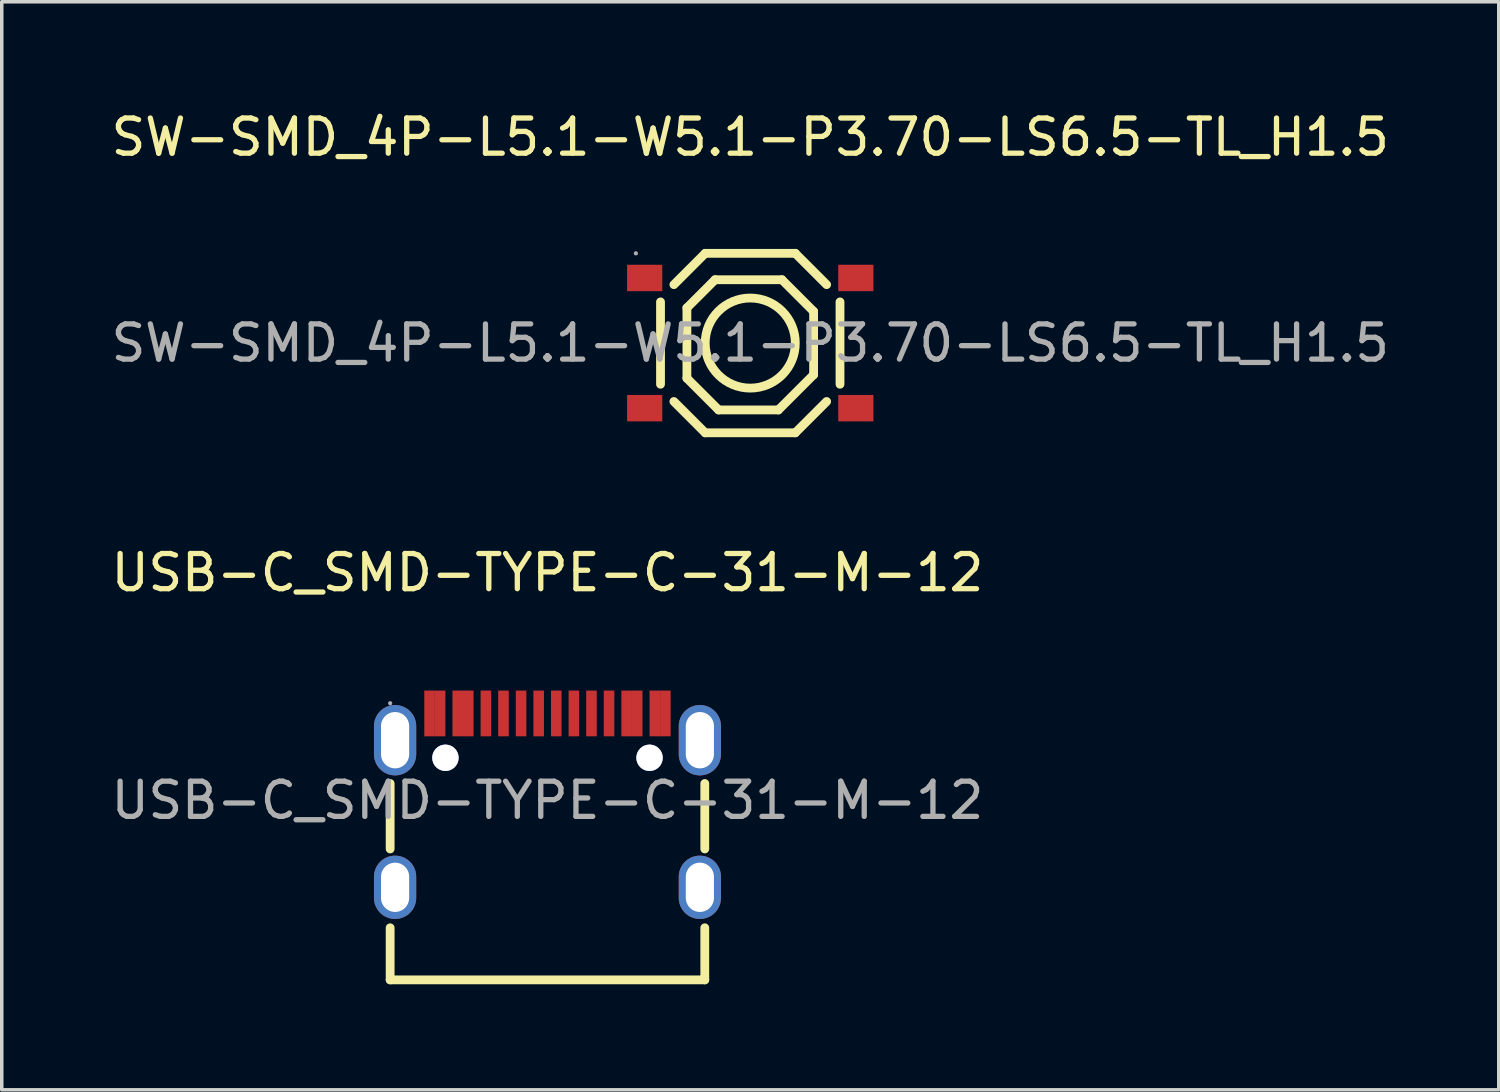
<source format=kicad_pcb>
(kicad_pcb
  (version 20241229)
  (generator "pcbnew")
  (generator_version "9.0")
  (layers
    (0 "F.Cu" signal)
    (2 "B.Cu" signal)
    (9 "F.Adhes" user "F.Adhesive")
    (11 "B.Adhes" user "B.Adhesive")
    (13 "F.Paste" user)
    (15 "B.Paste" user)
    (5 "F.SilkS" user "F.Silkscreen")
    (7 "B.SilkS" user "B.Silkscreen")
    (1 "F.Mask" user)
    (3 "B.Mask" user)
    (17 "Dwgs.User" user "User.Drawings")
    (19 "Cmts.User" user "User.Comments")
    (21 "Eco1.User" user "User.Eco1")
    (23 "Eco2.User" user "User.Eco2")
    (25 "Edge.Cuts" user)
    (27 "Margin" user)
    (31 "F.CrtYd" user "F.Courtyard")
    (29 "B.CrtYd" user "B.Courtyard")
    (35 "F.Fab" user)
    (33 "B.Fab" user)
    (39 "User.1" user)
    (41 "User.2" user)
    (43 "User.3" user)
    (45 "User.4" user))
  (footprint "SW-SMD_4P-L5.1-W5.1-P3.70-LS6.5-TL_H1.5"
    (layer "F.Cu")
    (at 18.268 6.698)
    (property "Reference" "SW-SMD_4P-L5.1-W5.1-P3.70-LS6.5-TL_H1.5" (at 0 -5.85 0) (layer "F.SilkS") (effects (font (size 1 1) (thickness 0.15))))
    (attr smd)
    (fp_line (start -2.55 -1.17) (end -2.55 1.17) (stroke (width 0.25) (type solid)) (layer "F.SilkS"))
    (fp_line (start -2.17 1.66) (end -1.28 2.55) (stroke (width 0.25) (type solid)) (layer "F.SilkS"))
    (fp_line (start -1.8 -1) (end -1 -1.8) (stroke (width 0.25) (type solid)) (layer "F.SilkS"))
    (fp_line (start -1.8 1) (end -1.8 -1) (stroke (width 0.25) (type solid)) (layer "F.SilkS"))
    (fp_line (start -1.28 -2.55) (end -2.17 -1.66) (stroke (width 0.25) (type solid)) (layer "F.SilkS"))
    (fp_line (start -1.28 -2.55) (end 1.28 -2.55) (stroke (width 0.25) (type solid)) (layer "F.SilkS"))
    (fp_line (start -1.28 2.55) (end 1.28 2.55) (stroke (width 0.25) (type solid)) (layer "F.SilkS"))
    (fp_line (start -1 -1.8) (end 0.9 -1.8) (stroke (width 0.25) (type solid)) (layer "F.SilkS"))
    (fp_line (start -0.9 1.9) (end -1.8 1) (stroke (width 0.25) (type solid)) (layer "F.SilkS"))
    (fp_line (start 0.8 1.9) (end -0.9 1.9) (stroke (width 0.25) (type solid)) (layer "F.SilkS"))
    (fp_line (start 0.9 -1.8) (end 1.8 -0.9) (stroke (width 0.25) (type solid)) (layer "F.SilkS"))
    (fp_line (start 1.28 -2.55) (end 2.17 -1.66) (stroke (width 0.25) (type solid)) (layer "F.SilkS"))
    (fp_line (start 1.8 -0.9) (end 1.8 0.9) (stroke (width 0.25) (type solid)) (layer "F.SilkS"))
    (fp_line (start 1.8 0.9) (end 0.8 1.9) (stroke (width 0.25) (type solid)) (layer "F.SilkS"))
    (fp_line (start 2.17 1.66) (end 1.28 2.55) (stroke (width 0.25) (type solid)) (layer "F.SilkS"))
    (fp_line (start 2.55 -1.17) (end 2.55 1.17) (stroke (width 0.25) (type solid)) (layer "F.SilkS"))
    (fp_circle (center 0 0) (end 1.28 0) (stroke (width 0.25) (type solid)) (fill no) (layer "F.SilkS"))
    (fp_circle (center -3.25 -2.55) (end -3.22 -2.55) (stroke (width 0.06) (type solid)) (fill no) (layer "F.Fab"))
    (fp_text user "${REFERENCE}" (at 0 0 0) (layer "F.Fab") (effects (font (size 1 1) (thickness 0.15))))
    (pad "1" smd rect (at -3 -1.85) (size 1 0.75) (layers "F.Cu" "F.Mask" "F.Paste"))
    (pad "2" smd rect (at 3 -1.85) (size 1 0.75) (layers "F.Cu" "F.Mask" "F.Paste"))
    (pad "3" smd rect (at -3 1.85) (size 1 0.75) (layers "F.Cu" "F.Mask" "F.Paste"))
    (pad "4" smd rect (at 3 1.85) (size 1 0.75) (layers "F.Cu" "F.Mask" "F.Paste")))
  (footprint "USB-C_SMD-TYPE-C-31-M-12"
    (layer "F.Cu")
    (at 12.506 19.692)
    (property "Reference" "USB-C_SMD-TYPE-C-31-M-12" (at 0 -6.47 0) (layer "F.SilkS") (effects (font (size 1 1) (thickness 0.15))))
    (attr smd)
    (fp_line (start -4.47 1.38) (end -4.47 -0.48) (stroke (width 0.25) (type solid)) (layer "F.SilkS"))
    (fp_line (start -4.47 5.1) (end -4.47 3.62) (stroke (width 0.25) (type solid)) (layer "F.SilkS"))
    (fp_line (start 4.47 1.38) (end 4.47 -0.48) (stroke (width 0.25) (type solid)) (layer "F.SilkS"))
    (fp_line (start 4.47 5.1) (end -4.47 5.1) (stroke (width 0.25) (type solid)) (layer "F.SilkS"))
    (fp_line (start 4.47 5.1) (end 4.47 3.62) (stroke (width 0.25) (type solid)) (layer "F.SilkS"))
    (fp_circle (center -2.9 -1.21) (end -2.78 -1.21) (stroke (width 0.25) (type solid)) (fill no) (layer "Cmts.User"))
    (fp_circle (center 2.9 -1.21) (end 3.02 -1.21) (stroke (width 0.25) (type solid)) (fill no) (layer "Cmts.User"))
    (fp_circle (center -4.47 -2.76) (end -4.44 -2.76) (stroke (width 0.06) (type solid)) (fill no) (layer "F.Fab"))
    (fp_text user "${REFERENCE}" (at 0 0 0) (layer "F.Fab") (effects (font (size 1 1) (thickness 0.15))))
    (pad "" thru_hole circle (at -2.9 -1.21) (size 0.75 0.75) (drill 0.75) (layers "*.Cu" "*.Mask"))
    (pad "" thru_hole circle (at 2.9 -1.21) (size 0.75 0.75) (drill 0.75) (layers "*.Cu" "*.Mask"))
    (pad "A1" smd rect (at -3.35 -2.47) (size 0.3 1.3) (layers "F.Cu" "F.Mask" "F.Paste"))
    (pad "A4" smd rect (at -2.55 -2.47) (size 0.3 1.3) (layers "F.Cu" "F.Mask" "F.Paste"))
    (pad "A5" smd rect (at -1.25 -2.47) (size 0.3 1.3) (layers "F.Cu" "F.Mask" "F.Paste"))
    (pad "A6" smd rect (at -0.25 -2.47) (size 0.3 1.3) (layers "F.Cu" "F.Mask" "F.Paste"))
    (pad "A7" smd rect (at 0.25 -2.47) (size 0.3 1.3) (layers "F.Cu" "F.Mask" "F.Paste"))
    (pad "A8" smd rect (at 1.25 -2.47) (size 0.3 1.3) (layers "F.Cu" "F.Mask" "F.Paste"))
    (pad "A9" smd rect (at 2.55 -2.47) (size 0.3 1.3) (layers "F.Cu" "F.Mask" "F.Paste"))
    (pad "A12" smd rect (at 3.35 -2.47) (size 0.3 1.3) (layers "F.Cu" "F.Mask" "F.Paste"))
    (pad "B1" smd rect (at 3.05 -2.47) (size 0.3 1.3) (layers "F.Cu" "F.Mask" "F.Paste"))
    (pad "B4" smd rect (at 2.25 -2.47) (size 0.3 1.3) (layers "F.Cu" "F.Mask" "F.Paste"))
    (pad "B5" smd rect (at 1.75 -2.47) (size 0.3 1.3) (layers "F.Cu" "F.Mask" "F.Paste"))
    (pad "B6" smd rect (at 0.75 -2.47) (size 0.3 1.3) (layers "F.Cu" "F.Mask" "F.Paste"))
    (pad "B7" smd rect (at -0.75 -2.47) (size 0.3 1.3) (layers "F.Cu" "F.Mask" "F.Paste"))
    (pad "B8" smd rect (at -1.75 -2.47) (size 0.3 1.3) (layers "F.Cu" "F.Mask" "F.Paste"))
    (pad "B9" smd rect (at -2.25 -2.47) (size 0.3 1.3) (layers "F.Cu" "F.Mask" "F.Paste"))
    (pad "B12" smd rect (at -3.05 -2.47) (size 0.3 1.3) (layers "F.Cu" "F.Mask" "F.Paste"))
    (pad "S1" thru_hole oval (at -4.33 -1.71) (size 1.2 2) (drill oval 0.8 1.6) (layers "*.Cu" "*.Mask"))
    (pad "S1" thru_hole oval (at -4.33 2.47) (size 1.2 1.8) (drill oval 0.8 1.4) (layers "*.Cu" "*.Mask"))
    (pad "S1" thru_hole oval (at 4.33 -1.71) (size 1.2 2) (drill oval 0.8 1.6) (layers "*.Cu" "*.Mask"))
    (pad "S1" thru_hole oval (at 4.33 2.47) (size 1.2 1.8) (drill oval 0.8 1.4) (layers "*.Cu" "*.Mask")))
  (gr_rect
    (start -3 -3)
    (end 39.536 27.916)
    (stroke (width 0.1) (type default))
    (fill no)
    (layer "Edge.Cuts")))
</source>
